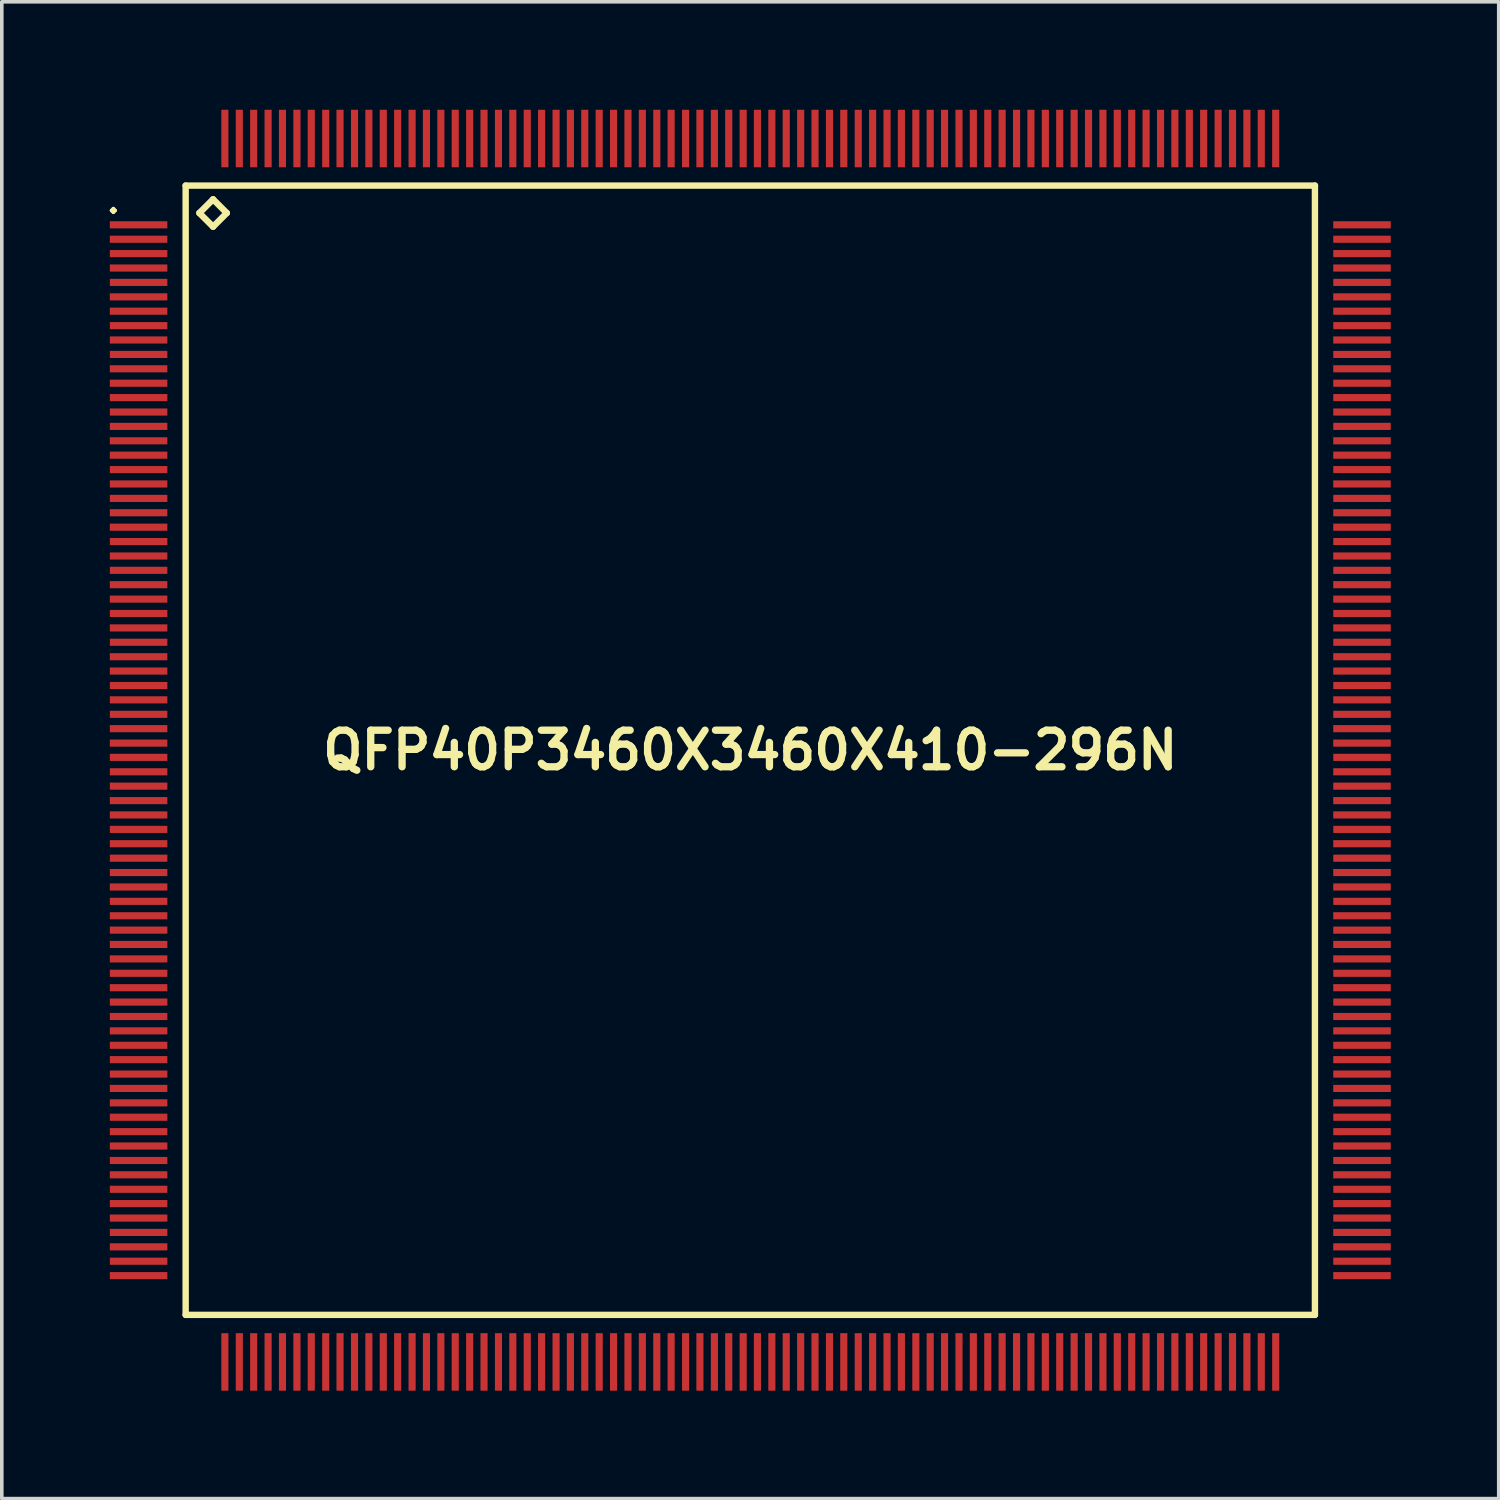
<source format=kicad_pcb>
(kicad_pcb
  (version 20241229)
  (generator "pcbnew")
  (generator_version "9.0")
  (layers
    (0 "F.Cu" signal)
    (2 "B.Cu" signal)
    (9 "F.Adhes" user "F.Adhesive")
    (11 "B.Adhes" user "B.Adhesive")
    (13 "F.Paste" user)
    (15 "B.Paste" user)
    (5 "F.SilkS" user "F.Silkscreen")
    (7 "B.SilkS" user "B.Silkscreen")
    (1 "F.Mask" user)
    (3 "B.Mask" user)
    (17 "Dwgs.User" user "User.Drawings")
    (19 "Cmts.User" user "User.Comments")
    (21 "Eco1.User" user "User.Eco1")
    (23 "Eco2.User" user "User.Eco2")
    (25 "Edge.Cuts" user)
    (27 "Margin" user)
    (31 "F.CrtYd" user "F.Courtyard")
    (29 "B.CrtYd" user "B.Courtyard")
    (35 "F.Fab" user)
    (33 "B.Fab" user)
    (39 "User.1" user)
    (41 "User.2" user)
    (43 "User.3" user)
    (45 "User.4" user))
  (footprint "QFP40P3460X3460X410-296N"
    (layer "F.Cu")
    (at 17.799 17.797)
    (property "Reference" "QFP40P3460X3460X410-296N" (at 0 0 0) (layer "F.SilkS") (effects (font (size 1.016 1.016) (thickness 0.203))))
    (attr smd)
    (fp_line (start -17.75 -14.999) (end -17.699 -15.05) (stroke (width 0.099) (type solid)) (layer "F.SilkS"))
    (fp_line (start -17.699 -15.05) (end -17.648 -14.999) (stroke (width 0.099) (type solid)) (layer "F.SilkS"))
    (fp_line (start -17.699 -14.948) (end -17.75 -14.999) (stroke (width 0.099) (type solid)) (layer "F.SilkS"))
    (fp_line (start -17.648 -14.999) (end -17.699 -14.948) (stroke (width 0.099) (type solid)) (layer "F.SilkS"))
    (fp_line (start -15.69 -15.69) (end -15.69 15.69) (stroke (width 0.178) (type solid)) (layer "F.SilkS"))
    (fp_line (start -15.69 15.69) (end 15.69 15.69) (stroke (width 0.178) (type solid)) (layer "F.SilkS"))
    (fp_line (start -15.309 -14.928) (end -14.928 -15.309) (stroke (width 0.178) (type solid)) (layer "F.SilkS"))
    (fp_line (start -14.928 -15.309) (end -14.547 -14.928) (stroke (width 0.178) (type solid)) (layer "F.SilkS"))
    (fp_line (start -14.928 -14.547) (end -15.309 -14.928) (stroke (width 0.178) (type solid)) (layer "F.SilkS"))
    (fp_line (start -14.547 -14.928) (end -14.928 -14.547) (stroke (width 0.178) (type solid)) (layer "F.SilkS"))
    (fp_line (start 15.69 -15.69) (end -15.69 -15.69) (stroke (width 0.178) (type solid)) (layer "F.SilkS"))
    (fp_line (start 15.69 15.69) (end 15.69 -15.69) (stroke (width 0.178) (type solid)) (layer "F.SilkS"))
    (pad "1" smd rect (at -16.998 -14.6) (size 1.598 0.198) (layers "F.Cu" "F.Mask" "F.Paste"))
    (pad "2" smd rect (at -16.998 -14.199) (size 1.598 0.198) (layers "F.Cu" "F.Mask" "F.Paste"))
    (pad "3" smd rect (at -16.998 -13.8) (size 1.598 0.198) (layers "F.Cu" "F.Mask" "F.Paste"))
    (pad "4" smd rect (at -16.998 -13.399) (size 1.598 0.198) (layers "F.Cu" "F.Mask" "F.Paste"))
    (pad "5" smd rect (at -16.998 -13) (size 1.598 0.198) (layers "F.Cu" "F.Mask" "F.Paste"))
    (pad "6" smd rect (at -16.998 -12.598) (size 1.598 0.198) (layers "F.Cu" "F.Mask" "F.Paste"))
    (pad "7" smd rect (at -16.998 -12.2) (size 1.598 0.198) (layers "F.Cu" "F.Mask" "F.Paste"))
    (pad "8" smd rect (at -16.998 -11.798) (size 1.598 0.198) (layers "F.Cu" "F.Mask" "F.Paste"))
    (pad "9" smd rect (at -16.998 -11.4) (size 1.598 0.198) (layers "F.Cu" "F.Mask" "F.Paste"))
    (pad "10" smd rect (at -16.998 -10.998) (size 1.598 0.198) (layers "F.Cu" "F.Mask" "F.Paste"))
    (pad "11" smd rect (at -16.998 -10.599) (size 1.598 0.198) (layers "F.Cu" "F.Mask" "F.Paste"))
    (pad "12" smd rect (at -16.998 -10.198) (size 1.598 0.198) (layers "F.Cu" "F.Mask" "F.Paste"))
    (pad "13" smd rect (at -16.998 -9.799) (size 1.598 0.198) (layers "F.Cu" "F.Mask" "F.Paste"))
    (pad "14" smd rect (at -16.998 -9.398) (size 1.598 0.198) (layers "F.Cu" "F.Mask" "F.Paste"))
    (pad "15" smd rect (at -16.998 -8.999) (size 1.598 0.198) (layers "F.Cu" "F.Mask" "F.Paste"))
    (pad "16" smd rect (at -16.998 -8.598) (size 1.598 0.198) (layers "F.Cu" "F.Mask" "F.Paste"))
    (pad "17" smd rect (at -16.998 -8.199) (size 1.598 0.198) (layers "F.Cu" "F.Mask" "F.Paste"))
    (pad "18" smd rect (at -16.998 -7.798) (size 1.598 0.198) (layers "F.Cu" "F.Mask" "F.Paste"))
    (pad "19" smd rect (at -16.998 -7.399) (size 1.598 0.198) (layers "F.Cu" "F.Mask" "F.Paste"))
    (pad "20" smd rect (at -16.998 -6.998) (size 1.598 0.198) (layers "F.Cu" "F.Mask" "F.Paste"))
    (pad "21" smd rect (at -16.998 -6.599) (size 1.598 0.198) (layers "F.Cu" "F.Mask" "F.Paste"))
    (pad "22" smd rect (at -16.998 -6.198) (size 1.598 0.198) (layers "F.Cu" "F.Mask" "F.Paste"))
    (pad "23" smd rect (at -16.998 -5.799) (size 1.598 0.198) (layers "F.Cu" "F.Mask" "F.Paste"))
    (pad "24" smd rect (at -16.998 -5.397) (size 1.598 0.198) (layers "F.Cu" "F.Mask" "F.Paste"))
    (pad "25" smd rect (at -16.998 -4.999) (size 1.598 0.198) (layers "F.Cu" "F.Mask" "F.Paste"))
    (pad "26" smd rect (at -16.998 -4.6) (size 1.598 0.198) (layers "F.Cu" "F.Mask" "F.Paste"))
    (pad "27" smd rect (at -16.998 -4.199) (size 1.598 0.198) (layers "F.Cu" "F.Mask" "F.Paste"))
    (pad "28" smd rect (at -16.998 -3.8) (size 1.598 0.198) (layers "F.Cu" "F.Mask" "F.Paste"))
    (pad "29" smd rect (at -16.998 -3.399) (size 1.598 0.198) (layers "F.Cu" "F.Mask" "F.Paste"))
    (pad "30" smd rect (at -16.998 -3) (size 1.598 0.198) (layers "F.Cu" "F.Mask" "F.Paste"))
    (pad "31" smd rect (at -16.998 -2.598) (size 1.598 0.198) (layers "F.Cu" "F.Mask" "F.Paste"))
    (pad "32" smd rect (at -16.998 -2.2) (size 1.598 0.198) (layers "F.Cu" "F.Mask" "F.Paste"))
    (pad "33" smd rect (at -16.998 -1.798) (size 1.598 0.198) (layers "F.Cu" "F.Mask" "F.Paste"))
    (pad "34" smd rect (at -16.998 -1.4) (size 1.598 0.198) (layers "F.Cu" "F.Mask" "F.Paste"))
    (pad "35" smd rect (at -16.998 -0.998) (size 1.598 0.198) (layers "F.Cu" "F.Mask" "F.Paste"))
    (pad "36" smd rect (at -16.998 -0.599) (size 1.598 0.198) (layers "F.Cu" "F.Mask" "F.Paste"))
    (pad "37" smd rect (at -16.998 -0.198) (size 1.598 0.198) (layers "F.Cu" "F.Mask" "F.Paste"))
    (pad "38" smd rect (at -16.998 0.198) (size 1.598 0.198) (layers "F.Cu" "F.Mask" "F.Paste"))
    (pad "39" smd rect (at -16.998 0.599) (size 1.598 0.198) (layers "F.Cu" "F.Mask" "F.Paste"))
    (pad "40" smd rect (at -16.998 0.998) (size 1.598 0.198) (layers "F.Cu" "F.Mask" "F.Paste"))
    (pad "41" smd rect (at -16.998 1.4) (size 1.598 0.198) (layers "F.Cu" "F.Mask" "F.Paste"))
    (pad "42" smd rect (at -16.998 1.798) (size 1.598 0.198) (layers "F.Cu" "F.Mask" "F.Paste"))
    (pad "43" smd rect (at -16.998 2.2) (size 1.598 0.198) (layers "F.Cu" "F.Mask" "F.Paste"))
    (pad "44" smd rect (at -16.998 2.598) (size 1.598 0.198) (layers "F.Cu" "F.Mask" "F.Paste"))
    (pad "45" smd rect (at -16.998 3) (size 1.598 0.198) (layers "F.Cu" "F.Mask" "F.Paste"))
    (pad "46" smd rect (at -16.998 3.399) (size 1.598 0.198) (layers "F.Cu" "F.Mask" "F.Paste"))
    (pad "47" smd rect (at -16.998 3.8) (size 1.598 0.198) (layers "F.Cu" "F.Mask" "F.Paste"))
    (pad "48" smd rect (at -16.998 4.199) (size 1.598 0.198) (layers "F.Cu" "F.Mask" "F.Paste"))
    (pad "49" smd rect (at -16.998 4.6) (size 1.598 0.198) (layers "F.Cu" "F.Mask" "F.Paste"))
    (pad "50" smd rect (at -16.998 4.999) (size 1.598 0.198) (layers "F.Cu" "F.Mask" "F.Paste"))
    (pad "51" smd rect (at -16.998 5.397) (size 1.598 0.198) (layers "F.Cu" "F.Mask" "F.Paste"))
    (pad "52" smd rect (at -16.998 5.799) (size 1.598 0.198) (layers "F.Cu" "F.Mask" "F.Paste"))
    (pad "53" smd rect (at -16.998 6.198) (size 1.598 0.198) (layers "F.Cu" "F.Mask" "F.Paste"))
    (pad "54" smd rect (at -16.998 6.599) (size 1.598 0.198) (layers "F.Cu" "F.Mask" "F.Paste"))
    (pad "55" smd rect (at -16.998 6.998) (size 1.598 0.198) (layers "F.Cu" "F.Mask" "F.Paste"))
    (pad "56" smd rect (at -16.998 7.399) (size 1.598 0.198) (layers "F.Cu" "F.Mask" "F.Paste"))
    (pad "57" smd rect (at -16.998 7.798) (size 1.598 0.198) (layers "F.Cu" "F.Mask" "F.Paste"))
    (pad "58" smd rect (at -16.998 8.199) (size 1.598 0.198) (layers "F.Cu" "F.Mask" "F.Paste"))
    (pad "59" smd rect (at -16.998 8.598) (size 1.598 0.198) (layers "F.Cu" "F.Mask" "F.Paste"))
    (pad "60" smd rect (at -16.998 8.999) (size 1.598 0.198) (layers "F.Cu" "F.Mask" "F.Paste"))
    (pad "61" smd rect (at -16.998 9.398) (size 1.598 0.198) (layers "F.Cu" "F.Mask" "F.Paste"))
    (pad "62" smd rect (at -16.998 9.799) (size 1.598 0.198) (layers "F.Cu" "F.Mask" "F.Paste"))
    (pad "63" smd rect (at -16.998 10.198) (size 1.598 0.198) (layers "F.Cu" "F.Mask" "F.Paste"))
    (pad "64" smd rect (at -16.998 10.599) (size 1.598 0.198) (layers "F.Cu" "F.Mask" "F.Paste"))
    (pad "65" smd rect (at -16.998 10.998) (size 1.598 0.198) (layers "F.Cu" "F.Mask" "F.Paste"))
    (pad "66" smd rect (at -16.998 11.4) (size 1.598 0.198) (layers "F.Cu" "F.Mask" "F.Paste"))
    (pad "67" smd rect (at -16.998 11.798) (size 1.598 0.198) (layers "F.Cu" "F.Mask" "F.Paste"))
    (pad "68" smd rect (at -16.998 12.2) (size 1.598 0.198) (layers "F.Cu" "F.Mask" "F.Paste"))
    (pad "69" smd rect (at -16.998 12.598) (size 1.598 0.198) (layers "F.Cu" "F.Mask" "F.Paste"))
    (pad "70" smd rect (at -16.998 13) (size 1.598 0.198) (layers "F.Cu" "F.Mask" "F.Paste"))
    (pad "71" smd rect (at -16.998 13.399) (size 1.598 0.198) (layers "F.Cu" "F.Mask" "F.Paste"))
    (pad "72" smd rect (at -16.998 13.8) (size 1.598 0.198) (layers "F.Cu" "F.Mask" "F.Paste"))
    (pad "73" smd rect (at -16.998 14.199) (size 1.598 0.198) (layers "F.Cu" "F.Mask" "F.Paste"))
    (pad "74" smd rect (at -16.998 14.6) (size 1.598 0.198) (layers "F.Cu" "F.Mask" "F.Paste"))
    (pad "75" smd rect (at -14.6 16.998) (size 0.198 1.598) (layers "F.Cu" "F.Mask" "F.Paste"))
    (pad "76" smd rect (at -14.199 16.998) (size 0.198 1.598) (layers "F.Cu" "F.Mask" "F.Paste"))
    (pad "77" smd rect (at -13.8 16.998) (size 0.198 1.598) (layers "F.Cu" "F.Mask" "F.Paste"))
    (pad "78" smd rect (at -13.399 16.998) (size 0.198 1.598) (layers "F.Cu" "F.Mask" "F.Paste"))
    (pad "79" smd rect (at -13 16.998) (size 0.198 1.598) (layers "F.Cu" "F.Mask" "F.Paste"))
    (pad "80" smd rect (at -12.598 16.998) (size 0.198 1.598) (layers "F.Cu" "F.Mask" "F.Paste"))
    (pad "81" smd rect (at -12.2 16.998) (size 0.198 1.598) (layers "F.Cu" "F.Mask" "F.Paste"))
    (pad "82" smd rect (at -11.798 16.998) (size 0.198 1.598) (layers "F.Cu" "F.Mask" "F.Paste"))
    (pad "83" smd rect (at -11.4 16.998) (size 0.198 1.598) (layers "F.Cu" "F.Mask" "F.Paste"))
    (pad "84" smd rect (at -10.998 16.998) (size 0.198 1.598) (layers "F.Cu" "F.Mask" "F.Paste"))
    (pad "85" smd rect (at -10.599 16.998) (size 0.198 1.598) (layers "F.Cu" "F.Mask" "F.Paste"))
    (pad "86" smd rect (at -10.198 16.998) (size 0.198 1.598) (layers "F.Cu" "F.Mask" "F.Paste"))
    (pad "87" smd rect (at -9.799 16.998) (size 0.198 1.598) (layers "F.Cu" "F.Mask" "F.Paste"))
    (pad "88" smd rect (at -9.398 16.998) (size 0.198 1.598) (layers "F.Cu" "F.Mask" "F.Paste"))
    (pad "89" smd rect (at -8.999 16.998) (size 0.198 1.598) (layers "F.Cu" "F.Mask" "F.Paste"))
    (pad "90" smd rect (at -8.598 16.998) (size 0.198 1.598) (layers "F.Cu" "F.Mask" "F.Paste"))
    (pad "91" smd rect (at -8.199 16.998) (size 0.198 1.598) (layers "F.Cu" "F.Mask" "F.Paste"))
    (pad "92" smd rect (at -7.798 16.998) (size 0.198 1.598) (layers "F.Cu" "F.Mask" "F.Paste"))
    (pad "93" smd rect (at -7.399 16.998) (size 0.198 1.598) (layers "F.Cu" "F.Mask" "F.Paste"))
    (pad "94" smd rect (at -6.998 16.998) (size 0.198 1.598) (layers "F.Cu" "F.Mask" "F.Paste"))
    (pad "95" smd rect (at -6.599 16.998) (size 0.198 1.598) (layers "F.Cu" "F.Mask" "F.Paste"))
    (pad "96" smd rect (at -6.198 16.998) (size 0.198 1.598) (layers "F.Cu" "F.Mask" "F.Paste"))
    (pad "97" smd rect (at -5.799 16.998) (size 0.198 1.598) (layers "F.Cu" "F.Mask" "F.Paste"))
    (pad "98" smd rect (at -5.397 16.998) (size 0.198 1.598) (layers "F.Cu" "F.Mask" "F.Paste"))
    (pad "99" smd rect (at -4.999 16.998) (size 0.198 1.598) (layers "F.Cu" "F.Mask" "F.Paste"))
    (pad "100" smd rect (at -4.6 16.998) (size 0.198 1.598) (layers "F.Cu" "F.Mask" "F.Paste"))
    (pad "101" smd rect (at -4.199 16.998) (size 0.198 1.598) (layers "F.Cu" "F.Mask" "F.Paste"))
    (pad "102" smd rect (at -3.8 16.998) (size 0.198 1.598) (layers "F.Cu" "F.Mask" "F.Paste"))
    (pad "103" smd rect (at -3.399 16.998) (size 0.198 1.598) (layers "F.Cu" "F.Mask" "F.Paste"))
    (pad "104" smd rect (at -3 16.998) (size 0.198 1.598) (layers "F.Cu" "F.Mask" "F.Paste"))
    (pad "105" smd rect (at -2.598 16.998) (size 0.198 1.598) (layers "F.Cu" "F.Mask" "F.Paste"))
    (pad "106" smd rect (at -2.2 16.998) (size 0.198 1.598) (layers "F.Cu" "F.Mask" "F.Paste"))
    (pad "107" smd rect (at -1.798 16.998) (size 0.198 1.598) (layers "F.Cu" "F.Mask" "F.Paste"))
    (pad "108" smd rect (at -1.4 16.998) (size 0.198 1.598) (layers "F.Cu" "F.Mask" "F.Paste"))
    (pad "109" smd rect (at -0.998 16.998) (size 0.198 1.598) (layers "F.Cu" "F.Mask" "F.Paste"))
    (pad "110" smd rect (at -0.599 16.998) (size 0.198 1.598) (layers "F.Cu" "F.Mask" "F.Paste"))
    (pad "111" smd rect (at -0.198 16.998) (size 0.198 1.598) (layers "F.Cu" "F.Mask" "F.Paste"))
    (pad "112" smd rect (at 0.198 16.998) (size 0.198 1.598) (layers "F.Cu" "F.Mask" "F.Paste"))
    (pad "113" smd rect (at 0.599 16.998) (size 0.198 1.598) (layers "F.Cu" "F.Mask" "F.Paste"))
    (pad "114" smd rect (at 0.998 16.998) (size 0.198 1.598) (layers "F.Cu" "F.Mask" "F.Paste"))
    (pad "115" smd rect (at 1.4 16.998) (size 0.198 1.598) (layers "F.Cu" "F.Mask" "F.Paste"))
    (pad "116" smd rect (at 1.798 16.998) (size 0.198 1.598) (layers "F.Cu" "F.Mask" "F.Paste"))
    (pad "117" smd rect (at 2.2 16.998) (size 0.198 1.598) (layers "F.Cu" "F.Mask" "F.Paste"))
    (pad "118" smd rect (at 2.598 16.998) (size 0.198 1.598) (layers "F.Cu" "F.Mask" "F.Paste"))
    (pad "119" smd rect (at 3 16.998) (size 0.198 1.598) (layers "F.Cu" "F.Mask" "F.Paste"))
    (pad "120" smd rect (at 3.399 16.998) (size 0.198 1.598) (layers "F.Cu" "F.Mask" "F.Paste"))
    (pad "121" smd rect (at 3.8 16.998) (size 0.198 1.598) (layers "F.Cu" "F.Mask" "F.Paste"))
    (pad "122" smd rect (at 4.199 16.998) (size 0.198 1.598) (layers "F.Cu" "F.Mask" "F.Paste"))
    (pad "123" smd rect (at 4.6 16.998) (size 0.198 1.598) (layers "F.Cu" "F.Mask" "F.Paste"))
    (pad "124" smd rect (at 4.999 16.998) (size 0.198 1.598) (layers "F.Cu" "F.Mask" "F.Paste"))
    (pad "125" smd rect (at 5.397 16.998) (size 0.198 1.598) (layers "F.Cu" "F.Mask" "F.Paste"))
    (pad "126" smd rect (at 5.799 16.998) (size 0.198 1.598) (layers "F.Cu" "F.Mask" "F.Paste"))
    (pad "127" smd rect (at 6.198 16.998) (size 0.198 1.598) (layers "F.Cu" "F.Mask" "F.Paste"))
    (pad "128" smd rect (at 6.599 16.998) (size 0.198 1.598) (layers "F.Cu" "F.Mask" "F.Paste"))
    (pad "129" smd rect (at 6.998 16.998) (size 0.198 1.598) (layers "F.Cu" "F.Mask" "F.Paste"))
    (pad "130" smd rect (at 7.399 16.998) (size 0.198 1.598) (layers "F.Cu" "F.Mask" "F.Paste"))
    (pad "131" smd rect (at 7.798 16.998) (size 0.198 1.598) (layers "F.Cu" "F.Mask" "F.Paste"))
    (pad "132" smd rect (at 8.199 16.998) (size 0.198 1.598) (layers "F.Cu" "F.Mask" "F.Paste"))
    (pad "133" smd rect (at 8.598 16.998) (size 0.198 1.598) (layers "F.Cu" "F.Mask" "F.Paste"))
    (pad "134" smd rect (at 8.999 16.998) (size 0.198 1.598) (layers "F.Cu" "F.Mask" "F.Paste"))
    (pad "135" smd rect (at 9.398 16.998) (size 0.198 1.598) (layers "F.Cu" "F.Mask" "F.Paste"))
    (pad "136" smd rect (at 9.799 16.998) (size 0.198 1.598) (layers "F.Cu" "F.Mask" "F.Paste"))
    (pad "137" smd rect (at 10.198 16.998) (size 0.198 1.598) (layers "F.Cu" "F.Mask" "F.Paste"))
    (pad "138" smd rect (at 10.599 16.998) (size 0.198 1.598) (layers "F.Cu" "F.Mask" "F.Paste"))
    (pad "139" smd rect (at 10.998 16.998) (size 0.198 1.598) (layers "F.Cu" "F.Mask" "F.Paste"))
    (pad "140" smd rect (at 11.4 16.998) (size 0.198 1.598) (layers "F.Cu" "F.Mask" "F.Paste"))
    (pad "141" smd rect (at 11.798 16.998) (size 0.198 1.598) (layers "F.Cu" "F.Mask" "F.Paste"))
    (pad "142" smd rect (at 12.2 16.998) (size 0.198 1.598) (layers "F.Cu" "F.Mask" "F.Paste"))
    (pad "143" smd rect (at 12.598 16.998) (size 0.198 1.598) (layers "F.Cu" "F.Mask" "F.Paste"))
    (pad "144" smd rect (at 13 16.998) (size 0.198 1.598) (layers "F.Cu" "F.Mask" "F.Paste"))
    (pad "145" smd rect (at 13.399 16.998) (size 0.198 1.598) (layers "F.Cu" "F.Mask" "F.Paste"))
    (pad "146" smd rect (at 13.8 16.998) (size 0.198 1.598) (layers "F.Cu" "F.Mask" "F.Paste"))
    (pad "147" smd rect (at 14.199 16.998) (size 0.198 1.598) (layers "F.Cu" "F.Mask" "F.Paste"))
    (pad "148" smd rect (at 14.6 16.998) (size 0.198 1.598) (layers "F.Cu" "F.Mask" "F.Paste"))
    (pad "149" smd rect (at 16.998 14.6) (size 1.598 0.198) (layers "F.Cu" "F.Mask" "F.Paste"))
    (pad "150" smd rect (at 16.998 14.199) (size 1.598 0.198) (layers "F.Cu" "F.Mask" "F.Paste"))
    (pad "151" smd rect (at 16.998 13.8) (size 1.598 0.198) (layers "F.Cu" "F.Mask" "F.Paste"))
    (pad "152" smd rect (at 16.998 13.399) (size 1.598 0.198) (layers "F.Cu" "F.Mask" "F.Paste"))
    (pad "153" smd rect (at 16.998 13) (size 1.598 0.198) (layers "F.Cu" "F.Mask" "F.Paste"))
    (pad "154" smd rect (at 16.998 12.598) (size 1.598 0.198) (layers "F.Cu" "F.Mask" "F.Paste"))
    (pad "155" smd rect (at 16.998 12.2) (size 1.598 0.198) (layers "F.Cu" "F.Mask" "F.Paste"))
    (pad "156" smd rect (at 16.998 11.798) (size 1.598 0.198) (layers "F.Cu" "F.Mask" "F.Paste"))
    (pad "157" smd rect (at 16.998 11.4) (size 1.598 0.198) (layers "F.Cu" "F.Mask" "F.Paste"))
    (pad "158" smd rect (at 16.998 10.998) (size 1.598 0.198) (layers "F.Cu" "F.Mask" "F.Paste"))
    (pad "159" smd rect (at 16.998 10.599) (size 1.598 0.198) (layers "F.Cu" "F.Mask" "F.Paste"))
    (pad "160" smd rect (at 16.998 10.198) (size 1.598 0.198) (layers "F.Cu" "F.Mask" "F.Paste"))
    (pad "161" smd rect (at 16.998 9.799) (size 1.598 0.198) (layers "F.Cu" "F.Mask" "F.Paste"))
    (pad "162" smd rect (at 16.998 9.398) (size 1.598 0.198) (layers "F.Cu" "F.Mask" "F.Paste"))
    (pad "163" smd rect (at 16.998 8.999) (size 1.598 0.198) (layers "F.Cu" "F.Mask" "F.Paste"))
    (pad "164" smd rect (at 16.998 8.598) (size 1.598 0.198) (layers "F.Cu" "F.Mask" "F.Paste"))
    (pad "165" smd rect (at 16.998 8.199) (size 1.598 0.198) (layers "F.Cu" "F.Mask" "F.Paste"))
    (pad "166" smd rect (at 16.998 7.798) (size 1.598 0.198) (layers "F.Cu" "F.Mask" "F.Paste"))
    (pad "167" smd rect (at 16.998 7.399) (size 1.598 0.198) (layers "F.Cu" "F.Mask" "F.Paste"))
    (pad "168" smd rect (at 16.998 6.998) (size 1.598 0.198) (layers "F.Cu" "F.Mask" "F.Paste"))
    (pad "169" smd rect (at 16.998 6.599) (size 1.598 0.198) (layers "F.Cu" "F.Mask" "F.Paste"))
    (pad "170" smd rect (at 16.998 6.198) (size 1.598 0.198) (layers "F.Cu" "F.Mask" "F.Paste"))
    (pad "171" smd rect (at 16.998 5.799) (size 1.598 0.198) (layers "F.Cu" "F.Mask" "F.Paste"))
    (pad "172" smd rect (at 16.998 5.397) (size 1.598 0.198) (layers "F.Cu" "F.Mask" "F.Paste"))
    (pad "173" smd rect (at 16.998 4.999) (size 1.598 0.198) (layers "F.Cu" "F.Mask" "F.Paste"))
    (pad "174" smd rect (at 16.998 4.6) (size 1.598 0.198) (layers "F.Cu" "F.Mask" "F.Paste"))
    (pad "175" smd rect (at 16.998 4.199) (size 1.598 0.198) (layers "F.Cu" "F.Mask" "F.Paste"))
    (pad "176" smd rect (at 16.998 3.8) (size 1.598 0.198) (layers "F.Cu" "F.Mask" "F.Paste"))
    (pad "177" smd rect (at 16.998 3.399) (size 1.598 0.198) (layers "F.Cu" "F.Mask" "F.Paste"))
    (pad "178" smd rect (at 16.998 3) (size 1.598 0.198) (layers "F.Cu" "F.Mask" "F.Paste"))
    (pad "179" smd rect (at 16.998 2.598) (size 1.598 0.198) (layers "F.Cu" "F.Mask" "F.Paste"))
    (pad "180" smd rect (at 16.998 2.2) (size 1.598 0.198) (layers "F.Cu" "F.Mask" "F.Paste"))
    (pad "181" smd rect (at 16.998 1.798) (size 1.598 0.198) (layers "F.Cu" "F.Mask" "F.Paste"))
    (pad "182" smd rect (at 16.998 1.4) (size 1.598 0.198) (layers "F.Cu" "F.Mask" "F.Paste"))
    (pad "183" smd rect (at 16.998 0.998) (size 1.598 0.198) (layers "F.Cu" "F.Mask" "F.Paste"))
    (pad "184" smd rect (at 16.998 0.599) (size 1.598 0.198) (layers "F.Cu" "F.Mask" "F.Paste"))
    (pad "185" smd rect (at 16.998 0.198) (size 1.598 0.198) (layers "F.Cu" "F.Mask" "F.Paste"))
    (pad "186" smd rect (at 16.998 -0.198) (size 1.598 0.198) (layers "F.Cu" "F.Mask" "F.Paste"))
    (pad "187" smd rect (at 16.998 -0.599) (size 1.598 0.198) (layers "F.Cu" "F.Mask" "F.Paste"))
    (pad "188" smd rect (at 16.998 -0.998) (size 1.598 0.198) (layers "F.Cu" "F.Mask" "F.Paste"))
    (pad "189" smd rect (at 16.998 -1.4) (size 1.598 0.198) (layers "F.Cu" "F.Mask" "F.Paste"))
    (pad "190" smd rect (at 16.998 -1.798) (size 1.598 0.198) (layers "F.Cu" "F.Mask" "F.Paste"))
    (pad "191" smd rect (at 16.998 -2.2) (size 1.598 0.198) (layers "F.Cu" "F.Mask" "F.Paste"))
    (pad "192" smd rect (at 16.998 -2.598) (size 1.598 0.198) (layers "F.Cu" "F.Mask" "F.Paste"))
    (pad "193" smd rect (at 16.998 -3) (size 1.598 0.198) (layers "F.Cu" "F.Mask" "F.Paste"))
    (pad "194" smd rect (at 16.998 -3.399) (size 1.598 0.198) (layers "F.Cu" "F.Mask" "F.Paste"))
    (pad "195" smd rect (at 16.998 -3.8) (size 1.598 0.198) (layers "F.Cu" "F.Mask" "F.Paste"))
    (pad "196" smd rect (at 16.998 -4.199) (size 1.598 0.198) (layers "F.Cu" "F.Mask" "F.Paste"))
    (pad "197" smd rect (at 16.998 -4.6) (size 1.598 0.198) (layers "F.Cu" "F.Mask" "F.Paste"))
    (pad "198" smd rect (at 16.998 -4.999) (size 1.598 0.198) (layers "F.Cu" "F.Mask" "F.Paste"))
    (pad "199" smd rect (at 16.998 -5.397) (size 1.598 0.198) (layers "F.Cu" "F.Mask" "F.Paste"))
    (pad "200" smd rect (at 16.998 -5.799) (size 1.598 0.198) (layers "F.Cu" "F.Mask" "F.Paste"))
    (pad "201" smd rect (at 16.998 -6.198) (size 1.598 0.198) (layers "F.Cu" "F.Mask" "F.Paste"))
    (pad "202" smd rect (at 16.998 -6.599) (size 1.598 0.198) (layers "F.Cu" "F.Mask" "F.Paste"))
    (pad "203" smd rect (at 16.998 -6.998) (size 1.598 0.198) (layers "F.Cu" "F.Mask" "F.Paste"))
    (pad "204" smd rect (at 16.998 -7.399) (size 1.598 0.198) (layers "F.Cu" "F.Mask" "F.Paste"))
    (pad "205" smd rect (at 16.998 -7.798) (size 1.598 0.198) (layers "F.Cu" "F.Mask" "F.Paste"))
    (pad "206" smd rect (at 16.998 -8.199) (size 1.598 0.198) (layers "F.Cu" "F.Mask" "F.Paste"))
    (pad "207" smd rect (at 16.998 -8.598) (size 1.598 0.198) (layers "F.Cu" "F.Mask" "F.Paste"))
    (pad "208" smd rect (at 16.998 -8.999) (size 1.598 0.198) (layers "F.Cu" "F.Mask" "F.Paste"))
    (pad "209" smd rect (at 16.998 -9.398) (size 1.598 0.198) (layers "F.Cu" "F.Mask" "F.Paste"))
    (pad "210" smd rect (at 16.998 -9.799) (size 1.598 0.198) (layers "F.Cu" "F.Mask" "F.Paste"))
    (pad "211" smd rect (at 16.998 -10.198) (size 1.598 0.198) (layers "F.Cu" "F.Mask" "F.Paste"))
    (pad "212" smd rect (at 16.998 -10.599) (size 1.598 0.198) (layers "F.Cu" "F.Mask" "F.Paste"))
    (pad "213" smd rect (at 16.998 -10.998) (size 1.598 0.198) (layers "F.Cu" "F.Mask" "F.Paste"))
    (pad "214" smd rect (at 16.998 -11.4) (size 1.598 0.198) (layers "F.Cu" "F.Mask" "F.Paste"))
    (pad "215" smd rect (at 16.998 -11.798) (size 1.598 0.198) (layers "F.Cu" "F.Mask" "F.Paste"))
    (pad "216" smd rect (at 16.998 -12.2) (size 1.598 0.198) (layers "F.Cu" "F.Mask" "F.Paste"))
    (pad "217" smd rect (at 16.998 -12.598) (size 1.598 0.198) (layers "F.Cu" "F.Mask" "F.Paste"))
    (pad "218" smd rect (at 16.998 -13) (size 1.598 0.198) (layers "F.Cu" "F.Mask" "F.Paste"))
    (pad "219" smd rect (at 16.998 -13.399) (size 1.598 0.198) (layers "F.Cu" "F.Mask" "F.Paste"))
    (pad "220" smd rect (at 16.998 -13.8) (size 1.598 0.198) (layers "F.Cu" "F.Mask" "F.Paste"))
    (pad "221" smd rect (at 16.998 -14.199) (size 1.598 0.198) (layers "F.Cu" "F.Mask" "F.Paste"))
    (pad "222" smd rect (at 16.998 -14.6) (size 1.598 0.198) (layers "F.Cu" "F.Mask" "F.Paste"))
    (pad "223" smd rect (at 14.6 -16.998) (size 0.198 1.598) (layers "F.Cu" "F.Mask" "F.Paste"))
    (pad "224" smd rect (at 14.199 -16.998) (size 0.198 1.598) (layers "F.Cu" "F.Mask" "F.Paste"))
    (pad "225" smd rect (at 13.8 -16.998) (size 0.198 1.598) (layers "F.Cu" "F.Mask" "F.Paste"))
    (pad "226" smd rect (at 13.399 -16.998) (size 0.198 1.598) (layers "F.Cu" "F.Mask" "F.Paste"))
    (pad "227" smd rect (at 13 -16.998) (size 0.198 1.598) (layers "F.Cu" "F.Mask" "F.Paste"))
    (pad "228" smd rect (at 12.598 -16.998) (size 0.198 1.598) (layers "F.Cu" "F.Mask" "F.Paste"))
    (pad "229" smd rect (at 12.2 -16.998) (size 0.198 1.598) (layers "F.Cu" "F.Mask" "F.Paste"))
    (pad "230" smd rect (at 11.798 -16.998) (size 0.198 1.598) (layers "F.Cu" "F.Mask" "F.Paste"))
    (pad "231" smd rect (at 11.4 -16.998) (size 0.198 1.598) (layers "F.Cu" "F.Mask" "F.Paste"))
    (pad "232" smd rect (at 10.998 -16.998) (size 0.198 1.598) (layers "F.Cu" "F.Mask" "F.Paste"))
    (pad "233" smd rect (at 10.599 -16.998) (size 0.198 1.598) (layers "F.Cu" "F.Mask" "F.Paste"))
    (pad "234" smd rect (at 10.198 -16.998) (size 0.198 1.598) (layers "F.Cu" "F.Mask" "F.Paste"))
    (pad "235" smd rect (at 9.799 -16.998) (size 0.198 1.598) (layers "F.Cu" "F.Mask" "F.Paste"))
    (pad "236" smd rect (at 9.398 -16.998) (size 0.198 1.598) (layers "F.Cu" "F.Mask" "F.Paste"))
    (pad "237" smd rect (at 8.999 -16.998) (size 0.198 1.598) (layers "F.Cu" "F.Mask" "F.Paste"))
    (pad "238" smd rect (at 8.598 -16.998) (size 0.198 1.598) (layers "F.Cu" "F.Mask" "F.Paste"))
    (pad "239" smd rect (at 8.199 -16.998) (size 0.198 1.598) (layers "F.Cu" "F.Mask" "F.Paste"))
    (pad "240" smd rect (at 7.798 -16.998) (size 0.198 1.598) (layers "F.Cu" "F.Mask" "F.Paste"))
    (pad "241" smd rect (at 7.399 -16.998) (size 0.198 1.598) (layers "F.Cu" "F.Mask" "F.Paste"))
    (pad "242" smd rect (at 6.998 -16.998) (size 0.198 1.598) (layers "F.Cu" "F.Mask" "F.Paste"))
    (pad "243" smd rect (at 6.599 -16.998) (size 0.198 1.598) (layers "F.Cu" "F.Mask" "F.Paste"))
    (pad "244" smd rect (at 6.198 -16.998) (size 0.198 1.598) (layers "F.Cu" "F.Mask" "F.Paste"))
    (pad "245" smd rect (at 5.799 -16.998) (size 0.198 1.598) (layers "F.Cu" "F.Mask" "F.Paste"))
    (pad "246" smd rect (at 5.397 -16.998) (size 0.198 1.598) (layers "F.Cu" "F.Mask" "F.Paste"))
    (pad "247" smd rect (at 4.999 -16.998) (size 0.198 1.598) (layers "F.Cu" "F.Mask" "F.Paste"))
    (pad "248" smd rect (at 4.6 -16.998) (size 0.198 1.598) (layers "F.Cu" "F.Mask" "F.Paste"))
    (pad "249" smd rect (at 4.199 -16.998) (size 0.198 1.598) (layers "F.Cu" "F.Mask" "F.Paste"))
    (pad "250" smd rect (at 3.8 -16.998) (size 0.198 1.598) (layers "F.Cu" "F.Mask" "F.Paste"))
    (pad "251" smd rect (at 3.399 -16.998) (size 0.198 1.598) (layers "F.Cu" "F.Mask" "F.Paste"))
    (pad "252" smd rect (at 3 -16.998) (size 0.198 1.598) (layers "F.Cu" "F.Mask" "F.Paste"))
    (pad "253" smd rect (at 2.598 -16.998) (size 0.198 1.598) (layers "F.Cu" "F.Mask" "F.Paste"))
    (pad "254" smd rect (at 2.2 -16.998) (size 0.198 1.598) (layers "F.Cu" "F.Mask" "F.Paste"))
    (pad "255" smd rect (at 1.798 -16.998) (size 0.198 1.598) (layers "F.Cu" "F.Mask" "F.Paste"))
    (pad "256" smd rect (at 1.4 -16.998) (size 0.198 1.598) (layers "F.Cu" "F.Mask" "F.Paste"))
    (pad "257" smd rect (at 0.998 -16.998) (size 0.198 1.598) (layers "F.Cu" "F.Mask" "F.Paste"))
    (pad "258" smd rect (at 0.599 -16.998) (size 0.198 1.598) (layers "F.Cu" "F.Mask" "F.Paste"))
    (pad "259" smd rect (at 0.198 -16.998) (size 0.198 1.598) (layers "F.Cu" "F.Mask" "F.Paste"))
    (pad "260" smd rect (at -0.198 -16.998) (size 0.198 1.598) (layers "F.Cu" "F.Mask" "F.Paste"))
    (pad "261" smd rect (at -0.599 -16.998) (size 0.198 1.598) (layers "F.Cu" "F.Mask" "F.Paste"))
    (pad "262" smd rect (at -0.998 -16.998) (size 0.198 1.598) (layers "F.Cu" "F.Mask" "F.Paste"))
    (pad "263" smd rect (at -1.4 -16.998) (size 0.198 1.598) (layers "F.Cu" "F.Mask" "F.Paste"))
    (pad "264" smd rect (at -1.798 -16.998) (size 0.198 1.598) (layers "F.Cu" "F.Mask" "F.Paste"))
    (pad "265" smd rect (at -2.2 -16.998) (size 0.198 1.598) (layers "F.Cu" "F.Mask" "F.Paste"))
    (pad "266" smd rect (at -2.598 -16.998) (size 0.198 1.598) (layers "F.Cu" "F.Mask" "F.Paste"))
    (pad "267" smd rect (at -3 -16.998) (size 0.198 1.598) (layers "F.Cu" "F.Mask" "F.Paste"))
    (pad "268" smd rect (at -3.399 -16.998) (size 0.198 1.598) (layers "F.Cu" "F.Mask" "F.Paste"))
    (pad "269" smd rect (at -3.8 -16.998) (size 0.198 1.598) (layers "F.Cu" "F.Mask" "F.Paste"))
    (pad "270" smd rect (at -4.199 -16.998) (size 0.198 1.598) (layers "F.Cu" "F.Mask" "F.Paste"))
    (pad "271" smd rect (at -4.6 -16.998) (size 0.198 1.598) (layers "F.Cu" "F.Mask" "F.Paste"))
    (pad "272" smd rect (at -4.999 -16.998) (size 0.198 1.598) (layers "F.Cu" "F.Mask" "F.Paste"))
    (pad "273" smd rect (at -5.397 -16.998) (size 0.198 1.598) (layers "F.Cu" "F.Mask" "F.Paste"))
    (pad "274" smd rect (at -5.799 -16.998) (size 0.198 1.598) (layers "F.Cu" "F.Mask" "F.Paste"))
    (pad "275" smd rect (at -6.198 -16.998) (size 0.198 1.598) (layers "F.Cu" "F.Mask" "F.Paste"))
    (pad "276" smd rect (at -6.599 -16.998) (size 0.198 1.598) (layers "F.Cu" "F.Mask" "F.Paste"))
    (pad "277" smd rect (at -6.998 -16.998) (size 0.198 1.598) (layers "F.Cu" "F.Mask" "F.Paste"))
    (pad "278" smd rect (at -7.399 -16.998) (size 0.198 1.598) (layers "F.Cu" "F.Mask" "F.Paste"))
    (pad "279" smd rect (at -7.798 -16.998) (size 0.198 1.598) (layers "F.Cu" "F.Mask" "F.Paste"))
    (pad "280" smd rect (at -8.199 -16.998) (size 0.198 1.598) (layers "F.Cu" "F.Mask" "F.Paste"))
    (pad "281" smd rect (at -8.598 -16.998) (size 0.198 1.598) (layers "F.Cu" "F.Mask" "F.Paste"))
    (pad "282" smd rect (at -8.999 -16.998) (size 0.198 1.598) (layers "F.Cu" "F.Mask" "F.Paste"))
    (pad "283" smd rect (at -9.398 -16.998) (size 0.198 1.598) (layers "F.Cu" "F.Mask" "F.Paste"))
    (pad "284" smd rect (at -9.799 -16.998) (size 0.198 1.598) (layers "F.Cu" "F.Mask" "F.Paste"))
    (pad "285" smd rect (at -10.198 -16.998) (size 0.198 1.598) (layers "F.Cu" "F.Mask" "F.Paste"))
    (pad "286" smd rect (at -10.599 -16.998) (size 0.198 1.598) (layers "F.Cu" "F.Mask" "F.Paste"))
    (pad "287" smd rect (at -10.998 -16.998) (size 0.198 1.598) (layers "F.Cu" "F.Mask" "F.Paste"))
    (pad "288" smd rect (at -11.4 -16.998) (size 0.198 1.598) (layers "F.Cu" "F.Mask" "F.Paste"))
    (pad "289" smd rect (at -11.798 -16.998) (size 0.198 1.598) (layers "F.Cu" "F.Mask" "F.Paste"))
    (pad "290" smd rect (at -12.2 -16.998) (size 0.198 1.598) (layers "F.Cu" "F.Mask" "F.Paste"))
    (pad "291" smd rect (at -12.598 -16.998) (size 0.198 1.598) (layers "F.Cu" "F.Mask" "F.Paste"))
    (pad "292" smd rect (at -13 -16.998) (size 0.198 1.598) (layers "F.Cu" "F.Mask" "F.Paste"))
    (pad "293" smd rect (at -13.399 -16.998) (size 0.198 1.598) (layers "F.Cu" "F.Mask" "F.Paste"))
    (pad "294" smd rect (at -13.8 -16.998) (size 0.198 1.598) (layers "F.Cu" "F.Mask" "F.Paste"))
    (pad "295" smd rect (at -14.199 -16.998) (size 0.198 1.598) (layers "F.Cu" "F.Mask" "F.Paste"))
    (pad "296" smd rect (at -14.6 -16.998) (size 0.198 1.598) (layers "F.Cu" "F.Mask" "F.Paste")))
  (gr_rect
    (start -3 -3)
    (end 38.596 38.593)
    (stroke (width 0.1) (type default))
    (fill no)
    (layer "Edge.Cuts")))
</source>
